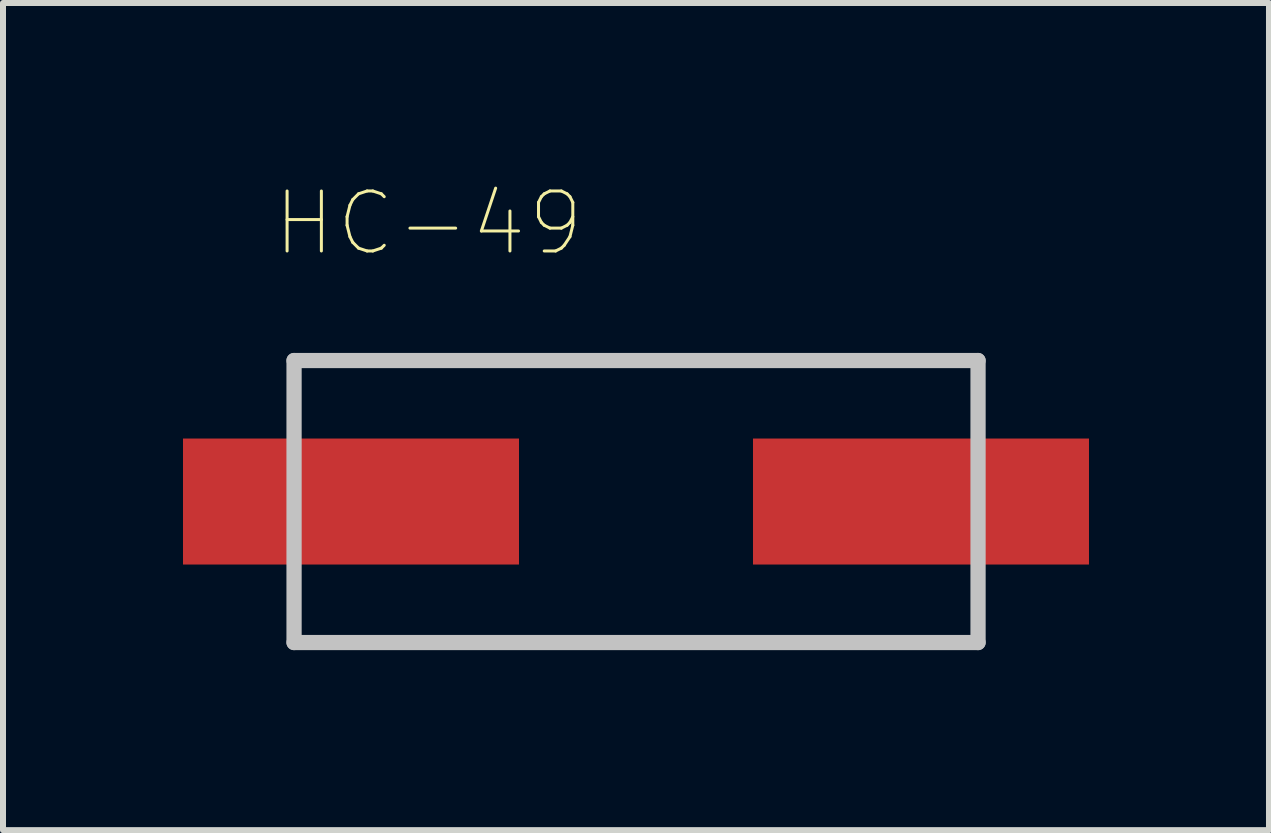
<source format=kicad_pcb>
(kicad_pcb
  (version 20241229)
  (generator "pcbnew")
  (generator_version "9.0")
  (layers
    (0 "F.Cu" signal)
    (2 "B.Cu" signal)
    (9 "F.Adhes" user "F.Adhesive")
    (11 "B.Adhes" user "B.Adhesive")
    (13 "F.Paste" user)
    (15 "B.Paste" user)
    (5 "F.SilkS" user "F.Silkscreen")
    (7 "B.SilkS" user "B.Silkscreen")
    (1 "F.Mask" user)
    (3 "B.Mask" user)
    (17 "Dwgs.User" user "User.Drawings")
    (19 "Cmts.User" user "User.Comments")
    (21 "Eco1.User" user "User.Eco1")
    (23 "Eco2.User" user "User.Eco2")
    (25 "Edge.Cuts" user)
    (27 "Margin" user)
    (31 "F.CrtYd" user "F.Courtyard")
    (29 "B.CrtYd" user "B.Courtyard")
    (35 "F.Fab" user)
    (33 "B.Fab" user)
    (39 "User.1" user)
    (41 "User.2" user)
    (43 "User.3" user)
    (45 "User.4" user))
  (footprint "HC-49"
    (layer "F.Cu")
    (at 7.552 5.308)
    (property "Reference" "HC-49" (at -3.46 -4.635 0) (layer "F.SilkS") (effects (font (size 1 1) (thickness 0.05))))
    (attr smd)
    (fp_line (start -5.701 -2.349) (end -5.701 2.351) (stroke (width 0.254) (type solid)) (layer "Dwgs.User"))
    (fp_line (start -5.701 2.351) (end 5.699 2.351) (stroke (width 0.254) (type solid)) (layer "Dwgs.User"))
    (fp_line (start 5.699 -2.349) (end -5.701 -2.349) (stroke (width 0.254) (type solid)) (layer "Dwgs.User"))
    (fp_line (start 5.699 2.351) (end 5.699 -2.349) (stroke (width 0.254) (type solid)) (layer "Dwgs.User"))
    (pad "1" smd rect (at -4.752 0.001) (size 5.6 2.1) (layers "F.Cu" "F.Mask" "F.Paste"))
    (pad "2" smd rect (at 4.748 0.001) (size 5.6 2.1) (layers "F.Cu" "F.Mask" "F.Paste")))
  (gr_rect
    (start -3 -3)
    (end 18.1 10.786)
    (stroke (width 0.1) (type default))
    (fill no)
    (layer "Edge.Cuts")))
</source>
